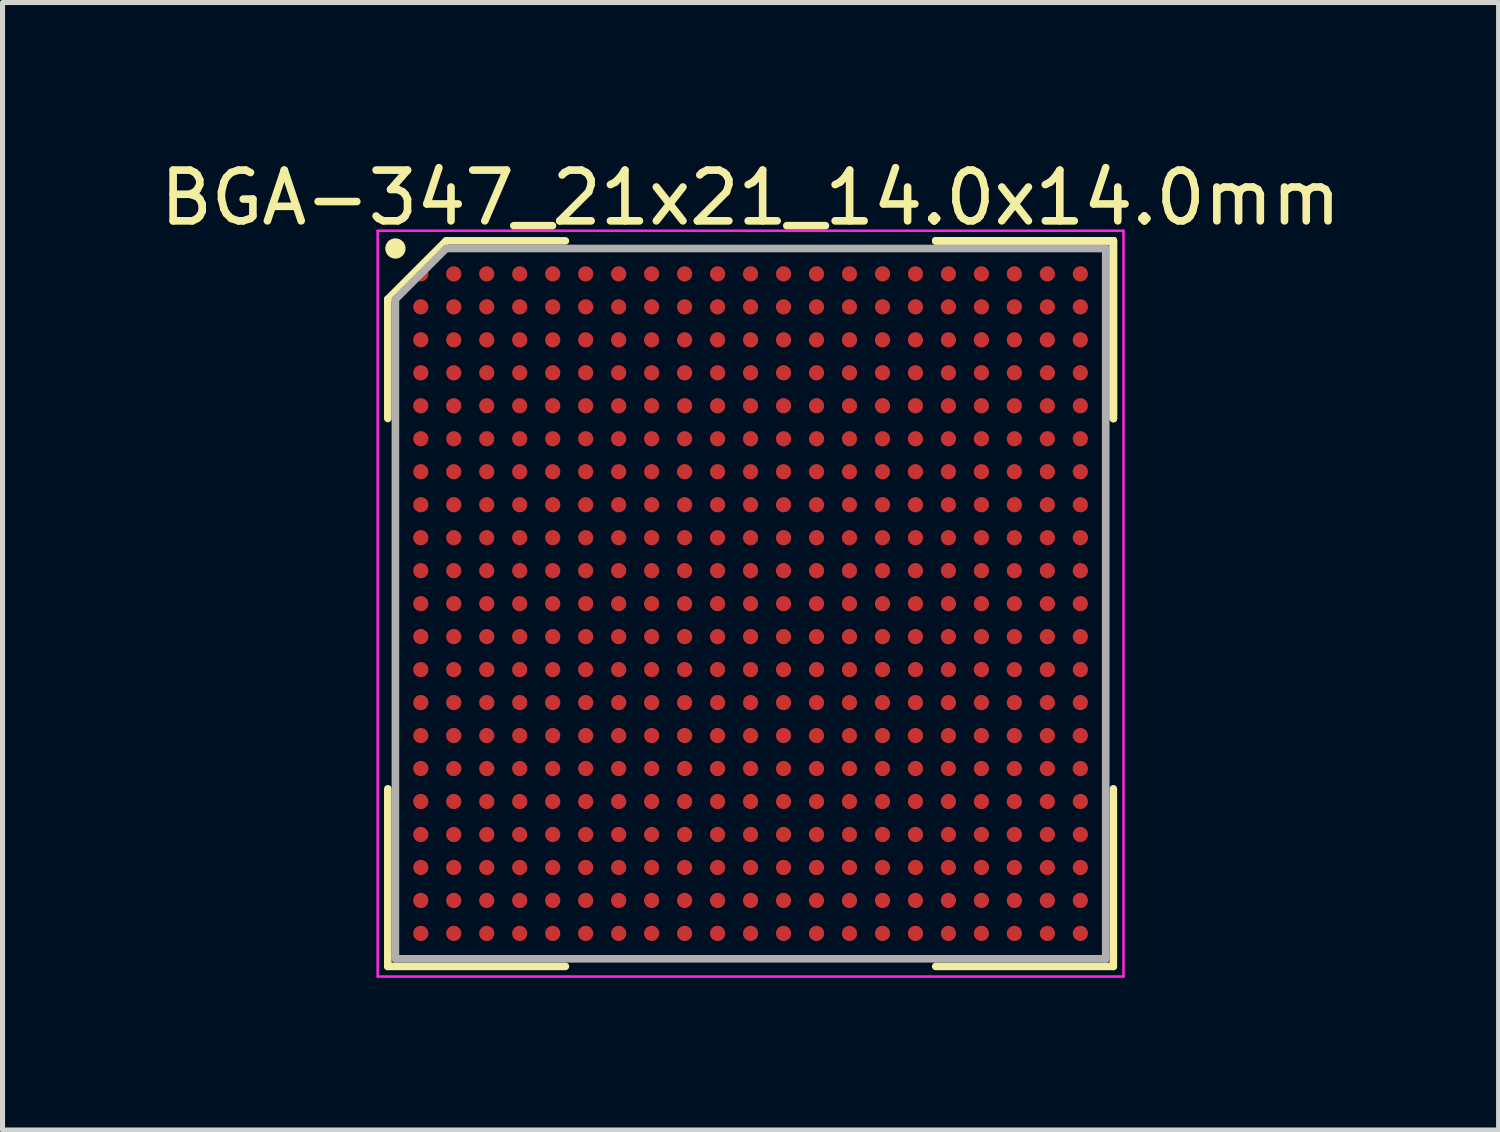
<source format=kicad_pcb>
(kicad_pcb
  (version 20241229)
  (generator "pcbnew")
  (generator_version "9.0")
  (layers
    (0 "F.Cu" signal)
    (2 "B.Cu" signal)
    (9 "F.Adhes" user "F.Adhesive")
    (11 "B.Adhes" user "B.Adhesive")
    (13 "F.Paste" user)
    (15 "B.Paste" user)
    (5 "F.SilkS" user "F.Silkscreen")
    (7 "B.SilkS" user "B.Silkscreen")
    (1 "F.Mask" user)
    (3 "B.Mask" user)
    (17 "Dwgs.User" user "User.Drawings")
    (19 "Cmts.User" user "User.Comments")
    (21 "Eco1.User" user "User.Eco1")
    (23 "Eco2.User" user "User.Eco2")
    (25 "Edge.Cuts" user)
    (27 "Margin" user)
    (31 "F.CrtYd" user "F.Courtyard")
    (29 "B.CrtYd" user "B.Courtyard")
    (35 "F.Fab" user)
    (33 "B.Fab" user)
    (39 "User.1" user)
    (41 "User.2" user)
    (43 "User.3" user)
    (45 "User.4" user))
  (footprint "BGA-347_21x21_14.0x14.0mm"
    (layer "F.Cu")
    (at 11.744 8.848)
    (property "Reference" "BGA-347_21x21_14.0x14.0mm" (at 0 -8 0) (layer "F.SilkS") (effects (font (size 1 1) (thickness 0.15))))
    (attr smd)
    (fp_line (start -7.15 -6) (end -7.15 -3.65) (stroke (width 0.15) (type solid)) (layer "F.SilkS"))
    (fp_line (start -7.15 7.15) (end -7.15 3.65) (stroke (width 0.15) (type solid)) (layer "F.SilkS"))
    (fp_line (start -6 -7.15) (end -7.15 -6) (stroke (width 0.15) (type solid)) (layer "F.SilkS"))
    (fp_line (start -3.65 -7.15) (end -6 -7.15) (stroke (width 0.15) (type solid)) (layer "F.SilkS"))
    (fp_line (start -3.65 7.15) (end -7.15 7.15) (stroke (width 0.15) (type solid)) (layer "F.SilkS"))
    (fp_line (start 3.65 -7.15) (end 7.15 -7.15) (stroke (width 0.15) (type solid)) (layer "F.SilkS"))
    (fp_line (start 3.65 -7.15) (end 7.15 -7.15) (stroke (width 0.15) (type solid)) (layer "F.SilkS"))
    (fp_line (start 3.65 -7.15) (end 7.15 -7.15) (stroke (width 0.15) (type solid)) (layer "F.SilkS"))
    (fp_line (start 3.65 7.15) (end 7.15 7.15) (stroke (width 0.15) (type solid)) (layer "F.SilkS"))
    (fp_line (start 7.15 -7.15) (end 7.15 -3.65) (stroke (width 0.15) (type solid)) (layer "F.SilkS"))
    (fp_line (start 7.15 -7.15) (end 7.15 -3.65) (stroke (width 0.15) (type solid)) (layer "F.SilkS"))
    (fp_line (start 7.15 -7.15) (end 7.15 -3.65) (stroke (width 0.15) (type solid)) (layer "F.SilkS"))
    (fp_line (start 7.15 7.15) (end 7.15 3.65) (stroke (width 0.15) (type solid)) (layer "F.SilkS"))
    (fp_circle (center -7 -7) (end -7 -6.9) (stroke (width 0.2) (type solid)) (fill no) (layer "F.SilkS"))
    (fp_line (start -7.35 -7.35) (end 7.35 -7.35) (stroke (width 0.05) (type solid)) (layer "F.CrtYd"))
    (fp_line (start -7.35 7.35) (end -7.35 -7.35) (stroke (width 0.05) (type solid)) (layer "F.CrtYd"))
    (fp_line (start 7.35 -7.35) (end 7.35 7.35) (stroke (width 0.05) (type solid)) (layer "F.CrtYd"))
    (fp_line (start 7.35 7.35) (end -7.35 7.35) (stroke (width 0.05) (type solid)) (layer "F.CrtYd"))
    (fp_line (start -7 -6) (end -7 7) (stroke (width 0.15) (type solid)) (layer "F.Fab"))
    (fp_line (start -7 7) (end 7 7) (stroke (width 0.15) (type solid)) (layer "F.Fab"))
    (fp_line (start -6 -7) (end -7 -6) (stroke (width 0.15) (type solid)) (layer "F.Fab"))
    (fp_line (start 7 -7) (end -6 -7) (stroke (width 0.15) (type solid)) (layer "F.Fab"))
    (fp_line (start 7 7) (end 7 -7) (stroke (width 0.15) (type solid)) (layer "F.Fab"))
    (pad "A1" smd circle (at -6.5 -6.5) (size 0.3 0.3) (layers "F.Cu" "F.Mask" "F.Paste"))
    (pad "A2" smd circle (at -5.85 -6.5) (size 0.3 0.3) (layers "F.Cu" "F.Mask" "F.Paste"))
    (pad "A3" smd circle (at -5.2 -6.5) (size 0.3 0.3) (layers "F.Cu" "F.Mask" "F.Paste"))
    (pad "A4" smd circle (at -4.55 -6.5) (size 0.3 0.3) (layers "F.Cu" "F.Mask" "F.Paste"))
    (pad "A5" smd circle (at -3.9 -6.5) (size 0.3 0.3) (layers "F.Cu" "F.Mask" "F.Paste"))
    (pad "A6" smd circle (at -3.25 -6.5) (size 0.3 0.3) (layers "F.Cu" "F.Mask" "F.Paste"))
    (pad "A7" smd circle (at -2.6 -6.5) (size 0.3 0.3) (layers "F.Cu" "F.Mask" "F.Paste"))
    (pad "A8" smd circle (at -1.95 -6.5) (size 0.3 0.3) (layers "F.Cu" "F.Mask" "F.Paste"))
    (pad "A9" smd circle (at -1.3 -6.5) (size 0.3 0.3) (layers "F.Cu" "F.Mask" "F.Paste"))
    (pad "A10" smd circle (at -0.65 -6.5) (size 0.3 0.3) (layers "F.Cu" "F.Mask" "F.Paste"))
    (pad "A11" smd circle (at 0 -6.5) (size 0.3 0.3) (layers "F.Cu" "F.Mask" "F.Paste"))
    (pad "A12" smd circle (at 0.65 -6.5) (size 0.3 0.3) (layers "F.Cu" "F.Mask" "F.Paste"))
    (pad "A13" smd circle (at 1.3 -6.5) (size 0.3 0.3) (layers "F.Cu" "F.Mask" "F.Paste"))
    (pad "A14" smd circle (at 1.95 -6.5) (size 0.3 0.3) (layers "F.Cu" "F.Mask" "F.Paste"))
    (pad "A15" smd circle (at 2.6 -6.5) (size 0.3 0.3) (layers "F.Cu" "F.Mask" "F.Paste"))
    (pad "A16" smd circle (at 3.25 -6.5) (size 0.3 0.3) (layers "F.Cu" "F.Mask" "F.Paste"))
    (pad "A17" smd circle (at 3.9 -6.5) (size 0.3 0.3) (layers "F.Cu" "F.Mask" "F.Paste"))
    (pad "A18" smd circle (at 4.55 -6.5) (size 0.3 0.3) (layers "F.Cu" "F.Mask" "F.Paste"))
    (pad "A19" smd circle (at 5.2 -6.5) (size 0.3 0.3) (layers "F.Cu" "F.Mask" "F.Paste"))
    (pad "A20" smd circle (at 5.85 -6.5) (size 0.3 0.3) (layers "F.Cu" "F.Mask" "F.Paste"))
    (pad "A21" smd circle (at 6.5 -6.5) (size 0.3 0.3) (layers "F.Cu" "F.Mask" "F.Paste"))
    (pad "AA1" smd circle (at -6.5 6.5) (size 0.3 0.3) (layers "F.Cu" "F.Mask" "F.Paste"))
    (pad "AA2" smd circle (at -5.85 6.5) (size 0.3 0.3) (layers "F.Cu" "F.Mask" "F.Paste"))
    (pad "AA3" smd circle (at -5.2 6.5) (size 0.3 0.3) (layers "F.Cu" "F.Mask" "F.Paste"))
    (pad "AA4" smd circle (at -4.55 6.5) (size 0.3 0.3) (layers "F.Cu" "F.Mask" "F.Paste"))
    (pad "AA5" smd circle (at -3.9 6.5) (size 0.3 0.3) (layers "F.Cu" "F.Mask" "F.Paste"))
    (pad "AA6" smd circle (at -3.25 6.5) (size 0.3 0.3) (layers "F.Cu" "F.Mask" "F.Paste"))
    (pad "AA7" smd circle (at -2.6 6.5) (size 0.3 0.3) (layers "F.Cu" "F.Mask" "F.Paste"))
    (pad "AA8" smd circle (at -1.95 6.5) (size 0.3 0.3) (layers "F.Cu" "F.Mask" "F.Paste"))
    (pad "AA9" smd circle (at -1.3 6.5) (size 0.3 0.3) (layers "F.Cu" "F.Mask" "F.Paste"))
    (pad "AA10" smd circle (at -0.65 6.5) (size 0.3 0.3) (layers "F.Cu" "F.Mask" "F.Paste"))
    (pad "AA11" smd circle (at 0 6.5) (size 0.3 0.3) (layers "F.Cu" "F.Mask" "F.Paste"))
    (pad "AA12" smd circle (at 0.65 6.5) (size 0.3 0.3) (layers "F.Cu" "F.Mask" "F.Paste"))
    (pad "AA13" smd circle (at 1.3 6.5) (size 0.3 0.3) (layers "F.Cu" "F.Mask" "F.Paste"))
    (pad "AA14" smd circle (at 1.95 6.5) (size 0.3 0.3) (layers "F.Cu" "F.Mask" "F.Paste"))
    (pad "AA15" smd circle (at 2.6 6.5) (size 0.3 0.3) (layers "F.Cu" "F.Mask" "F.Paste"))
    (pad "AA16" smd circle (at 3.25 6.5) (size 0.3 0.3) (layers "F.Cu" "F.Mask" "F.Paste"))
    (pad "AA17" smd circle (at 3.9 6.5) (size 0.3 0.3) (layers "F.Cu" "F.Mask" "F.Paste"))
    (pad "AA18" smd circle (at 4.55 6.5) (size 0.3 0.3) (layers "F.Cu" "F.Mask" "F.Paste"))
    (pad "AA19" smd circle (at 5.2 6.5) (size 0.3 0.3) (layers "F.Cu" "F.Mask" "F.Paste"))
    (pad "AA20" smd circle (at 5.85 6.5) (size 0.3 0.3) (layers "F.Cu" "F.Mask" "F.Paste"))
    (pad "AA21" smd circle (at 6.5 6.5) (size 0.3 0.3) (layers "F.Cu" "F.Mask" "F.Paste"))
    (pad "B1" smd circle (at -6.5 -5.85) (size 0.3 0.3) (layers "F.Cu" "F.Mask" "F.Paste"))
    (pad "B2" smd circle (at -5.85 -5.85) (size 0.3 0.3) (layers "F.Cu" "F.Mask" "F.Paste"))
    (pad "B3" smd circle (at -5.2 -5.85) (size 0.3 0.3) (layers "F.Cu" "F.Mask" "F.Paste"))
    (pad "B4" smd circle (at -4.55 -5.85) (size 0.3 0.3) (layers "F.Cu" "F.Mask" "F.Paste"))
    (pad "B5" smd circle (at -3.9 -5.85) (size 0.3 0.3) (layers "F.Cu" "F.Mask" "F.Paste"))
    (pad "B6" smd circle (at -3.25 -5.85) (size 0.3 0.3) (layers "F.Cu" "F.Mask" "F.Paste"))
    (pad "B7" smd circle (at -2.6 -5.85) (size 0.3 0.3) (layers "F.Cu" "F.Mask" "F.Paste"))
    (pad "B8" smd circle (at -1.95 -5.85) (size 0.3 0.3) (layers "F.Cu" "F.Mask" "F.Paste"))
    (pad "B9" smd circle (at -1.3 -5.85) (size 0.3 0.3) (layers "F.Cu" "F.Mask" "F.Paste"))
    (pad "B10" smd circle (at -0.65 -5.85) (size 0.3 0.3) (layers "F.Cu" "F.Mask" "F.Paste"))
    (pad "B11" smd circle (at 0 -5.85) (size 0.3 0.3) (layers "F.Cu" "F.Mask" "F.Paste"))
    (pad "B12" smd circle (at 0.65 -5.85) (size 0.3 0.3) (layers "F.Cu" "F.Mask" "F.Paste"))
    (pad "B13" smd circle (at 1.3 -5.85) (size 0.3 0.3) (layers "F.Cu" "F.Mask" "F.Paste"))
    (pad "B14" smd circle (at 1.95 -5.85) (size 0.3 0.3) (layers "F.Cu" "F.Mask" "F.Paste"))
    (pad "B15" smd circle (at 2.6 -5.85) (size 0.3 0.3) (layers "F.Cu" "F.Mask" "F.Paste"))
    (pad "B16" smd circle (at 3.25 -5.85) (size 0.3 0.3) (layers "F.Cu" "F.Mask" "F.Paste"))
    (pad "B17" smd circle (at 3.9 -5.85) (size 0.3 0.3) (layers "F.Cu" "F.Mask" "F.Paste"))
    (pad "B18" smd circle (at 4.55 -5.85) (size 0.3 0.3) (layers "F.Cu" "F.Mask" "F.Paste"))
    (pad "B19" smd circle (at 5.2 -5.85) (size 0.3 0.3) (layers "F.Cu" "F.Mask" "F.Paste"))
    (pad "B20" smd circle (at 5.85 -5.85) (size 0.3 0.3) (layers "F.Cu" "F.Mask" "F.Paste"))
    (pad "B21" smd circle (at 6.5 -5.85) (size 0.3 0.3) (layers "F.Cu" "F.Mask" "F.Paste"))
    (pad "C1" smd circle (at -6.5 -5.2) (size 0.3 0.3) (layers "F.Cu" "F.Mask" "F.Paste"))
    (pad "C2" smd circle (at -5.85 -5.2) (size 0.3 0.3) (layers "F.Cu" "F.Mask" "F.Paste"))
    (pad "C3" smd circle (at -5.2 -5.2) (size 0.3 0.3) (layers "F.Cu" "F.Mask" "F.Paste"))
    (pad "C4" smd circle (at -4.55 -5.2) (size 0.3 0.3) (layers "F.Cu" "F.Mask" "F.Paste"))
    (pad "C5" smd circle (at -3.9 -5.2) (size 0.3 0.3) (layers "F.Cu" "F.Mask" "F.Paste"))
    (pad "C6" smd circle (at -3.25 -5.2) (size 0.3 0.3) (layers "F.Cu" "F.Mask" "F.Paste"))
    (pad "C7" smd circle (at -2.6 -5.2) (size 0.3 0.3) (layers "F.Cu" "F.Mask" "F.Paste"))
    (pad "C8" smd circle (at -1.95 -5.2) (size 0.3 0.3) (layers "F.Cu" "F.Mask" "F.Paste"))
    (pad "C9" smd circle (at -1.3 -5.2) (size 0.3 0.3) (layers "F.Cu" "F.Mask" "F.Paste"))
    (pad "C10" smd circle (at -0.65 -5.2) (size 0.3 0.3) (layers "F.Cu" "F.Mask" "F.Paste"))
    (pad "C11" smd circle (at 0 -5.2) (size 0.3 0.3) (layers "F.Cu" "F.Mask" "F.Paste"))
    (pad "C12" smd circle (at 0.65 -5.2) (size 0.3 0.3) (layers "F.Cu" "F.Mask" "F.Paste"))
    (pad "C13" smd circle (at 1.3 -5.2) (size 0.3 0.3) (layers "F.Cu" "F.Mask" "F.Paste"))
    (pad "C14" smd circle (at 1.95 -5.2) (size 0.3 0.3) (layers "F.Cu" "F.Mask" "F.Paste"))
    (pad "C15" smd circle (at 2.6 -5.2) (size 0.3 0.3) (layers "F.Cu" "F.Mask" "F.Paste"))
    (pad "C16" smd circle (at 3.25 -5.2) (size 0.3 0.3) (layers "F.Cu" "F.Mask" "F.Paste"))
    (pad "C17" smd circle (at 3.9 -5.2) (size 0.3 0.3) (layers "F.Cu" "F.Mask" "F.Paste"))
    (pad "C18" smd circle (at 4.55 -5.2) (size 0.3 0.3) (layers "F.Cu" "F.Mask" "F.Paste"))
    (pad "C19" smd circle (at 5.2 -5.2) (size 0.3 0.3) (layers "F.Cu" "F.Mask" "F.Paste"))
    (pad "C20" smd circle (at 5.85 -5.2) (size 0.3 0.3) (layers "F.Cu" "F.Mask" "F.Paste"))
    (pad "C21" smd circle (at 6.5 -5.2) (size 0.3 0.3) (layers "F.Cu" "F.Mask" "F.Paste"))
    (pad "D1" smd circle (at -6.5 -4.55) (size 0.3 0.3) (layers "F.Cu" "F.Mask" "F.Paste"))
    (pad "D2" smd circle (at -5.85 -4.55) (size 0.3 0.3) (layers "F.Cu" "F.Mask" "F.Paste"))
    (pad "D3" smd circle (at -5.2 -4.55) (size 0.3 0.3) (layers "F.Cu" "F.Mask" "F.Paste"))
    (pad "D4" smd circle (at -4.55 -4.55) (size 0.3 0.3) (layers "F.Cu" "F.Mask" "F.Paste"))
    (pad "D5" smd circle (at -3.9 -4.55) (size 0.3 0.3) (layers "F.Cu" "F.Mask" "F.Paste"))
    (pad "D6" smd circle (at -3.25 -4.55) (size 0.3 0.3) (layers "F.Cu" "F.Mask" "F.Paste"))
    (pad "D7" smd circle (at -2.6 -4.55) (size 0.3 0.3) (layers "F.Cu" "F.Mask" "F.Paste"))
    (pad "D8" smd circle (at -1.95 -4.55) (size 0.3 0.3) (layers "F.Cu" "F.Mask" "F.Paste"))
    (pad "D9" smd circle (at -1.3 -4.55) (size 0.3 0.3) (layers "F.Cu" "F.Mask" "F.Paste"))
    (pad "D10" smd circle (at -0.65 -4.55) (size 0.3 0.3) (layers "F.Cu" "F.Mask" "F.Paste"))
    (pad "D11" smd circle (at 0 -4.55) (size 0.3 0.3) (layers "F.Cu" "F.Mask" "F.Paste"))
    (pad "D12" smd circle (at 0.65 -4.55) (size 0.3 0.3) (layers "F.Cu" "F.Mask" "F.Paste"))
    (pad "D13" smd circle (at 1.3 -4.55) (size 0.3 0.3) (layers "F.Cu" "F.Mask" "F.Paste"))
    (pad "D14" smd circle (at 1.95 -4.55) (size 0.3 0.3) (layers "F.Cu" "F.Mask" "F.Paste"))
    (pad "D15" smd circle (at 2.6 -4.55) (size 0.3 0.3) (layers "F.Cu" "F.Mask" "F.Paste"))
    (pad "D16" smd circle (at 3.25 -4.55) (size 0.3 0.3) (layers "F.Cu" "F.Mask" "F.Paste"))
    (pad "D17" smd circle (at 3.9 -4.55) (size 0.3 0.3) (layers "F.Cu" "F.Mask" "F.Paste"))
    (pad "D18" smd circle (at 4.55 -4.55) (size 0.3 0.3) (layers "F.Cu" "F.Mask" "F.Paste"))
    (pad "D19" smd circle (at 5.2 -4.55) (size 0.3 0.3) (layers "F.Cu" "F.Mask" "F.Paste"))
    (pad "D20" smd circle (at 5.85 -4.55) (size 0.3 0.3) (layers "F.Cu" "F.Mask" "F.Paste"))
    (pad "D21" smd circle (at 6.5 -4.55) (size 0.3 0.3) (layers "F.Cu" "F.Mask" "F.Paste"))
    (pad "E1" smd circle (at -6.5 -3.9) (size 0.3 0.3) (layers "F.Cu" "F.Mask" "F.Paste"))
    (pad "E2" smd circle (at -5.85 -3.9) (size 0.3 0.3) (layers "F.Cu" "F.Mask" "F.Paste"))
    (pad "E3" smd circle (at -5.2 -3.9) (size 0.3 0.3) (layers "F.Cu" "F.Mask" "F.Paste"))
    (pad "E4" smd circle (at -4.55 -3.9) (size 0.3 0.3) (layers "F.Cu" "F.Mask" "F.Paste"))
    (pad "E5" smd circle (at -3.9 -3.9) (size 0.3 0.3) (layers "F.Cu" "F.Mask" "F.Paste"))
    (pad "E6" smd circle (at -3.25 -3.9) (size 0.3 0.3) (layers "F.Cu" "F.Mask" "F.Paste"))
    (pad "E7" smd circle (at -2.6 -3.9) (size 0.3 0.3) (layers "F.Cu" "F.Mask" "F.Paste"))
    (pad "E8" smd circle (at -1.95 -3.9) (size 0.3 0.3) (layers "F.Cu" "F.Mask" "F.Paste"))
    (pad "E9" smd circle (at -1.3 -3.9) (size 0.3 0.3) (layers "F.Cu" "F.Mask" "F.Paste"))
    (pad "E10" smd circle (at -0.65 -3.9) (size 0.3 0.3) (layers "F.Cu" "F.Mask" "F.Paste"))
    (pad "E11" smd circle (at 0 -3.9) (size 0.3 0.3) (layers "F.Cu" "F.Mask" "F.Paste"))
    (pad "E12" smd circle (at 0.65 -3.9) (size 0.3 0.3) (layers "F.Cu" "F.Mask" "F.Paste"))
    (pad "E13" smd circle (at 1.3 -3.9) (size 0.3 0.3) (layers "F.Cu" "F.Mask" "F.Paste"))
    (pad "E14" smd circle (at 1.95 -3.9) (size 0.3 0.3) (layers "F.Cu" "F.Mask" "F.Paste"))
    (pad "E15" smd circle (at 2.6 -3.9) (size 0.3 0.3) (layers "F.Cu" "F.Mask" "F.Paste"))
    (pad "E16" smd circle (at 3.25 -3.9) (size 0.3 0.3) (layers "F.Cu" "F.Mask" "F.Paste"))
    (pad "E17" smd circle (at 3.9 -3.9) (size 0.3 0.3) (layers "F.Cu" "F.Mask" "F.Paste"))
    (pad "E18" smd circle (at 4.55 -3.9) (size 0.3 0.3) (layers "F.Cu" "F.Mask" "F.Paste"))
    (pad "E19" smd circle (at 5.2 -3.9) (size 0.3 0.3) (layers "F.Cu" "F.Mask" "F.Paste"))
    (pad "E20" smd circle (at 5.85 -3.9) (size 0.3 0.3) (layers "F.Cu" "F.Mask" "F.Paste"))
    (pad "E21" smd circle (at 6.5 -3.9) (size 0.3 0.3) (layers "F.Cu" "F.Mask" "F.Paste"))
    (pad "F1" smd circle (at -6.5 -3.25) (size 0.3 0.3) (layers "F.Cu" "F.Mask" "F.Paste"))
    (pad "F2" smd circle (at -5.85 -3.25) (size 0.3 0.3) (layers "F.Cu" "F.Mask" "F.Paste"))
    (pad "F3" smd circle (at -5.2 -3.25) (size 0.3 0.3) (layers "F.Cu" "F.Mask" "F.Paste"))
    (pad "F4" smd circle (at -4.55 -3.25) (size 0.3 0.3) (layers "F.Cu" "F.Mask" "F.Paste"))
    (pad "F5" smd circle (at -3.9 -3.25) (size 0.3 0.3) (layers "F.Cu" "F.Mask" "F.Paste"))
    (pad "F6" smd circle (at -3.25 -3.25) (size 0.3 0.3) (layers "F.Cu" "F.Mask" "F.Paste"))
    (pad "F7" smd circle (at -2.6 -3.25) (size 0.3 0.3) (layers "F.Cu" "F.Mask" "F.Paste"))
    (pad "F8" smd circle (at -1.95 -3.25) (size 0.3 0.3) (layers "F.Cu" "F.Mask" "F.Paste"))
    (pad "F9" smd circle (at -1.3 -3.25) (size 0.3 0.3) (layers "F.Cu" "F.Mask" "F.Paste"))
    (pad "F10" smd circle (at -0.65 -3.25) (size 0.3 0.3) (layers "F.Cu" "F.Mask" "F.Paste"))
    (pad "F11" smd circle (at 0 -3.25) (size 0.3 0.3) (layers "F.Cu" "F.Mask" "F.Paste"))
    (pad "F12" smd circle (at 0.65 -3.25) (size 0.3 0.3) (layers "F.Cu" "F.Mask" "F.Paste"))
    (pad "F13" smd circle (at 1.3 -3.25) (size 0.3 0.3) (layers "F.Cu" "F.Mask" "F.Paste"))
    (pad "F14" smd circle (at 1.95 -3.25) (size 0.3 0.3) (layers "F.Cu" "F.Mask" "F.Paste"))
    (pad "F15" smd circle (at 2.6 -3.25) (size 0.3 0.3) (layers "F.Cu" "F.Mask" "F.Paste"))
    (pad "F16" smd circle (at 3.25 -3.25) (size 0.3 0.3) (layers "F.Cu" "F.Mask" "F.Paste"))
    (pad "F17" smd circle (at 3.9 -3.25) (size 0.3 0.3) (layers "F.Cu" "F.Mask" "F.Paste"))
    (pad "F18" smd circle (at 4.55 -3.25) (size 0.3 0.3) (layers "F.Cu" "F.Mask" "F.Paste"))
    (pad "F19" smd circle (at 5.2 -3.25) (size 0.3 0.3) (layers "F.Cu" "F.Mask" "F.Paste"))
    (pad "F20" smd circle (at 5.85 -3.25) (size 0.3 0.3) (layers "F.Cu" "F.Mask" "F.Paste"))
    (pad "F21" smd circle (at 6.5 -3.25) (size 0.3 0.3) (layers "F.Cu" "F.Mask" "F.Paste"))
    (pad "G1" smd circle (at -6.5 -2.6) (size 0.3 0.3) (layers "F.Cu" "F.Mask" "F.Paste"))
    (pad "G2" smd circle (at -5.85 -2.6) (size 0.3 0.3) (layers "F.Cu" "F.Mask" "F.Paste"))
    (pad "G3" smd circle (at -5.2 -2.6) (size 0.3 0.3) (layers "F.Cu" "F.Mask" "F.Paste"))
    (pad "G4" smd circle (at -4.55 -2.6) (size 0.3 0.3) (layers "F.Cu" "F.Mask" "F.Paste"))
    (pad "G5" smd circle (at -3.9 -2.6) (size 0.3 0.3) (layers "F.Cu" "F.Mask" "F.Paste"))
    (pad "G6" smd circle (at -3.25 -2.6) (size 0.3 0.3) (layers "F.Cu" "F.Mask" "F.Paste"))
    (pad "G7" smd circle (at -2.6 -2.6) (size 0.3 0.3) (layers "F.Cu" "F.Mask" "F.Paste"))
    (pad "G8" smd circle (at -1.95 -2.6) (size 0.3 0.3) (layers "F.Cu" "F.Mask" "F.Paste"))
    (pad "G9" smd circle (at -1.3 -2.6) (size 0.3 0.3) (layers "F.Cu" "F.Mask" "F.Paste"))
    (pad "G10" smd circle (at -0.65 -2.6) (size 0.3 0.3) (layers "F.Cu" "F.Mask" "F.Paste"))
    (pad "G11" smd circle (at 0 -2.6) (size 0.3 0.3) (layers "F.Cu" "F.Mask" "F.Paste"))
    (pad "G12" smd circle (at 0.65 -2.6) (size 0.3 0.3) (layers "F.Cu" "F.Mask" "F.Paste"))
    (pad "G13" smd circle (at 1.3 -2.6) (size 0.3 0.3) (layers "F.Cu" "F.Mask" "F.Paste"))
    (pad "G14" smd circle (at 1.95 -2.6) (size 0.3 0.3) (layers "F.Cu" "F.Mask" "F.Paste"))
    (pad "G15" smd circle (at 2.6 -2.6) (size 0.3 0.3) (layers "F.Cu" "F.Mask" "F.Paste"))
    (pad "G16" smd circle (at 3.25 -2.6) (size 0.3 0.3) (layers "F.Cu" "F.Mask" "F.Paste"))
    (pad "G17" smd circle (at 3.9 -2.6) (size 0.3 0.3) (layers "F.Cu" "F.Mask" "F.Paste"))
    (pad "G18" smd circle (at 4.55 -2.6) (size 0.3 0.3) (layers "F.Cu" "F.Mask" "F.Paste"))
    (pad "G19" smd circle (at 5.2 -2.6) (size 0.3 0.3) (layers "F.Cu" "F.Mask" "F.Paste"))
    (pad "G20" smd circle (at 5.85 -2.6) (size 0.3 0.3) (layers "F.Cu" "F.Mask" "F.Paste"))
    (pad "G21" smd circle (at 6.5 -2.6) (size 0.3 0.3) (layers "F.Cu" "F.Mask" "F.Paste"))
    (pad "H1" smd circle (at -6.5 -1.95) (size 0.3 0.3) (layers "F.Cu" "F.Mask" "F.Paste"))
    (pad "H2" smd circle (at -5.85 -1.95) (size 0.3 0.3) (layers "F.Cu" "F.Mask" "F.Paste"))
    (pad "H3" smd circle (at -5.2 -1.95) (size 0.3 0.3) (layers "F.Cu" "F.Mask" "F.Paste"))
    (pad "H4" smd circle (at -4.55 -1.95) (size 0.3 0.3) (layers "F.Cu" "F.Mask" "F.Paste"))
    (pad "H5" smd circle (at -3.9 -1.95) (size 0.3 0.3) (layers "F.Cu" "F.Mask" "F.Paste"))
    (pad "H6" smd circle (at -3.25 -1.95) (size 0.3 0.3) (layers "F.Cu" "F.Mask" "F.Paste"))
    (pad "H7" smd circle (at -2.6 -1.95) (size 0.3 0.3) (layers "F.Cu" "F.Mask" "F.Paste"))
    (pad "H8" smd circle (at -1.95 -1.95) (size 0.3 0.3) (layers "F.Cu" "F.Mask" "F.Paste"))
    (pad "H9" smd circle (at -1.3 -1.95) (size 0.3 0.3) (layers "F.Cu" "F.Mask" "F.Paste"))
    (pad "H10" smd circle (at -0.65 -1.95) (size 0.3 0.3) (layers "F.Cu" "F.Mask" "F.Paste"))
    (pad "H11" smd circle (at 0 -1.95) (size 0.3 0.3) (layers "F.Cu" "F.Mask" "F.Paste"))
    (pad "H12" smd circle (at 0.65 -1.95) (size 0.3 0.3) (layers "F.Cu" "F.Mask" "F.Paste"))
    (pad "H13" smd circle (at 1.3 -1.95) (size 0.3 0.3) (layers "F.Cu" "F.Mask" "F.Paste"))
    (pad "H14" smd circle (at 1.95 -1.95) (size 0.3 0.3) (layers "F.Cu" "F.Mask" "F.Paste"))
    (pad "H15" smd circle (at 2.6 -1.95) (size 0.3 0.3) (layers "F.Cu" "F.Mask" "F.Paste"))
    (pad "H16" smd circle (at 3.25 -1.95) (size 0.3 0.3) (layers "F.Cu" "F.Mask" "F.Paste"))
    (pad "H17" smd circle (at 3.9 -1.95) (size 0.3 0.3) (layers "F.Cu" "F.Mask" "F.Paste"))
    (pad "H18" smd circle (at 4.55 -1.95) (size 0.3 0.3) (layers "F.Cu" "F.Mask" "F.Paste"))
    (pad "H19" smd circle (at 5.2 -1.95) (size 0.3 0.3) (layers "F.Cu" "F.Mask" "F.Paste"))
    (pad "H20" smd circle (at 5.85 -1.95) (size 0.3 0.3) (layers "F.Cu" "F.Mask" "F.Paste"))
    (pad "H21" smd circle (at 6.5 -1.95) (size 0.3 0.3) (layers "F.Cu" "F.Mask" "F.Paste"))
    (pad "J1" smd circle (at -6.5 -1.3) (size 0.3 0.3) (layers "F.Cu" "F.Mask" "F.Paste"))
    (pad "J2" smd circle (at -5.85 -1.3) (size 0.3 0.3) (layers "F.Cu" "F.Mask" "F.Paste"))
    (pad "J3" smd circle (at -5.2 -1.3) (size 0.3 0.3) (layers "F.Cu" "F.Mask" "F.Paste"))
    (pad "J4" smd circle (at -4.55 -1.3) (size 0.3 0.3) (layers "F.Cu" "F.Mask" "F.Paste"))
    (pad "J5" smd circle (at -3.9 -1.3) (size 0.3 0.3) (layers "F.Cu" "F.Mask" "F.Paste"))
    (pad "J6" smd circle (at -3.25 -1.3) (size 0.3 0.3) (layers "F.Cu" "F.Mask" "F.Paste"))
    (pad "J7" smd circle (at -2.6 -1.3) (size 0.3 0.3) (layers "F.Cu" "F.Mask" "F.Paste"))
    (pad "J8" smd circle (at -1.95 -1.3) (size 0.3 0.3) (layers "F.Cu" "F.Mask" "F.Paste"))
    (pad "J9" smd circle (at -1.3 -1.3) (size 0.3 0.3) (layers "F.Cu" "F.Mask" "F.Paste"))
    (pad "J10" smd circle (at -0.65 -1.3) (size 0.3 0.3) (layers "F.Cu" "F.Mask" "F.Paste"))
    (pad "J11" smd circle (at 0 -1.3) (size 0.3 0.3) (layers "F.Cu" "F.Mask" "F.Paste"))
    (pad "J12" smd circle (at 0.65 -1.3) (size 0.3 0.3) (layers "F.Cu" "F.Mask" "F.Paste"))
    (pad "J13" smd circle (at 1.3 -1.3) (size 0.3 0.3) (layers "F.Cu" "F.Mask" "F.Paste"))
    (pad "J14" smd circle (at 1.95 -1.3) (size 0.3 0.3) (layers "F.Cu" "F.Mask" "F.Paste"))
    (pad "J15" smd circle (at 2.6 -1.3) (size 0.3 0.3) (layers "F.Cu" "F.Mask" "F.Paste"))
    (pad "J16" smd circle (at 3.25 -1.3) (size 0.3 0.3) (layers "F.Cu" "F.Mask" "F.Paste"))
    (pad "J17" smd circle (at 3.9 -1.3) (size 0.3 0.3) (layers "F.Cu" "F.Mask" "F.Paste"))
    (pad "J18" smd circle (at 4.55 -1.3) (size 0.3 0.3) (layers "F.Cu" "F.Mask" "F.Paste"))
    (pad "J19" smd circle (at 5.2 -1.3) (size 0.3 0.3) (layers "F.Cu" "F.Mask" "F.Paste"))
    (pad "J20" smd circle (at 5.85 -1.3) (size 0.3 0.3) (layers "F.Cu" "F.Mask" "F.Paste"))
    (pad "J21" smd circle (at 6.5 -1.3) (size 0.3 0.3) (layers "F.Cu" "F.Mask" "F.Paste"))
    (pad "K1" smd circle (at -6.5 -0.65) (size 0.3 0.3) (layers "F.Cu" "F.Mask" "F.Paste"))
    (pad "K2" smd circle (at -5.85 -0.65) (size 0.3 0.3) (layers "F.Cu" "F.Mask" "F.Paste"))
    (pad "K3" smd circle (at -5.2 -0.65) (size 0.3 0.3) (layers "F.Cu" "F.Mask" "F.Paste"))
    (pad "K4" smd circle (at -4.55 -0.65) (size 0.3 0.3) (layers "F.Cu" "F.Mask" "F.Paste"))
    (pad "K5" smd circle (at -3.9 -0.65) (size 0.3 0.3) (layers "F.Cu" "F.Mask" "F.Paste"))
    (pad "K6" smd circle (at -3.25 -0.65) (size 0.3 0.3) (layers "F.Cu" "F.Mask" "F.Paste"))
    (pad "K7" smd circle (at -2.6 -0.65) (size 0.3 0.3) (layers "F.Cu" "F.Mask" "F.Paste"))
    (pad "K8" smd circle (at -1.95 -0.65) (size 0.3 0.3) (layers "F.Cu" "F.Mask" "F.Paste"))
    (pad "K9" smd circle (at -1.3 -0.65) (size 0.3 0.3) (layers "F.Cu" "F.Mask" "F.Paste"))
    (pad "K10" smd circle (at -0.65 -0.65) (size 0.3 0.3) (layers "F.Cu" "F.Mask" "F.Paste"))
    (pad "K11" smd circle (at 0 -0.65) (size 0.3 0.3) (layers "F.Cu" "F.Mask" "F.Paste"))
    (pad "K12" smd circle (at 0.65 -0.65) (size 0.3 0.3) (layers "F.Cu" "F.Mask" "F.Paste"))
    (pad "K13" smd circle (at 1.3 -0.65) (size 0.3 0.3) (layers "F.Cu" "F.Mask" "F.Paste"))
    (pad "K14" smd circle (at 1.95 -0.65) (size 0.3 0.3) (layers "F.Cu" "F.Mask" "F.Paste"))
    (pad "K15" smd circle (at 2.6 -0.65) (size 0.3 0.3) (layers "F.Cu" "F.Mask" "F.Paste"))
    (pad "K16" smd circle (at 3.25 -0.65) (size 0.3 0.3) (layers "F.Cu" "F.Mask" "F.Paste"))
    (pad "K17" smd circle (at 3.9 -0.65) (size 0.3 0.3) (layers "F.Cu" "F.Mask" "F.Paste"))
    (pad "K18" smd circle (at 4.55 -0.65) (size 0.3 0.3) (layers "F.Cu" "F.Mask" "F.Paste"))
    (pad "K19" smd circle (at 5.2 -0.65) (size 0.3 0.3) (layers "F.Cu" "F.Mask" "F.Paste"))
    (pad "K20" smd circle (at 5.85 -0.65) (size 0.3 0.3) (layers "F.Cu" "F.Mask" "F.Paste"))
    (pad "K21" smd circle (at 6.5 -0.65) (size 0.3 0.3) (layers "F.Cu" "F.Mask" "F.Paste"))
    (pad "L1" smd circle (at -6.5 0) (size 0.3 0.3) (layers "F.Cu" "F.Mask" "F.Paste"))
    (pad "L2" smd circle (at -5.85 0) (size 0.3 0.3) (layers "F.Cu" "F.Mask" "F.Paste"))
    (pad "L3" smd circle (at -5.2 0) (size 0.3 0.3) (layers "F.Cu" "F.Mask" "F.Paste"))
    (pad "L4" smd circle (at -4.55 0) (size 0.3 0.3) (layers "F.Cu" "F.Mask" "F.Paste"))
    (pad "L5" smd circle (at -3.9 0) (size 0.3 0.3) (layers "F.Cu" "F.Mask" "F.Paste"))
    (pad "L6" smd circle (at -3.25 0) (size 0.3 0.3) (layers "F.Cu" "F.Mask" "F.Paste"))
    (pad "L7" smd circle (at -2.6 0) (size 0.3 0.3) (layers "F.Cu" "F.Mask" "F.Paste"))
    (pad "L8" smd circle (at -1.95 0) (size 0.3 0.3) (layers "F.Cu" "F.Mask" "F.Paste"))
    (pad "L9" smd circle (at -1.3 0) (size 0.3 0.3) (layers "F.Cu" "F.Mask" "F.Paste"))
    (pad "L10" smd circle (at -0.65 0) (size 0.3 0.3) (layers "F.Cu" "F.Mask" "F.Paste"))
    (pad "L11" smd circle (at 0 0) (size 0.3 0.3) (layers "F.Cu" "F.Mask" "F.Paste"))
    (pad "L12" smd circle (at 0.65 0) (size 0.3 0.3) (layers "F.Cu" "F.Mask" "F.Paste"))
    (pad "L13" smd circle (at 1.3 0) (size 0.3 0.3) (layers "F.Cu" "F.Mask" "F.Paste"))
    (pad "L14" smd circle (at 1.95 0) (size 0.3 0.3) (layers "F.Cu" "F.Mask" "F.Paste"))
    (pad "L15" smd circle (at 2.6 0) (size 0.3 0.3) (layers "F.Cu" "F.Mask" "F.Paste"))
    (pad "L16" smd circle (at 3.25 0) (size 0.3 0.3) (layers "F.Cu" "F.Mask" "F.Paste"))
    (pad "L17" smd circle (at 3.9 0) (size 0.3 0.3) (layers "F.Cu" "F.Mask" "F.Paste"))
    (pad "L18" smd circle (at 4.55 0) (size 0.3 0.3) (layers "F.Cu" "F.Mask" "F.Paste"))
    (pad "L19" smd circle (at 5.2 0) (size 0.3 0.3) (layers "F.Cu" "F.Mask" "F.Paste"))
    (pad "L20" smd circle (at 5.85 0) (size 0.3 0.3) (layers "F.Cu" "F.Mask" "F.Paste"))
    (pad "L21" smd circle (at 6.5 0) (size 0.3 0.3) (layers "F.Cu" "F.Mask" "F.Paste"))
    (pad "M1" smd circle (at -6.5 0.65) (size 0.3 0.3) (layers "F.Cu" "F.Mask" "F.Paste"))
    (pad "M2" smd circle (at -5.85 0.65) (size 0.3 0.3) (layers "F.Cu" "F.Mask" "F.Paste"))
    (pad "M3" smd circle (at -5.2 0.65) (size 0.3 0.3) (layers "F.Cu" "F.Mask" "F.Paste"))
    (pad "M4" smd circle (at -4.55 0.65) (size 0.3 0.3) (layers "F.Cu" "F.Mask" "F.Paste"))
    (pad "M5" smd circle (at -3.9 0.65) (size 0.3 0.3) (layers "F.Cu" "F.Mask" "F.Paste"))
    (pad "M6" smd circle (at -3.25 0.65) (size 0.3 0.3) (layers "F.Cu" "F.Mask" "F.Paste"))
    (pad "M7" smd circle (at -2.6 0.65) (size 0.3 0.3) (layers "F.Cu" "F.Mask" "F.Paste"))
    (pad "M8" smd circle (at -1.95 0.65) (size 0.3 0.3) (layers "F.Cu" "F.Mask" "F.Paste"))
    (pad "M9" smd circle (at -1.3 0.65) (size 0.3 0.3) (layers "F.Cu" "F.Mask" "F.Paste"))
    (pad "M10" smd circle (at -0.65 0.65) (size 0.3 0.3) (layers "F.Cu" "F.Mask" "F.Paste"))
    (pad "M11" smd circle (at 0 0.65) (size 0.3 0.3) (layers "F.Cu" "F.Mask" "F.Paste"))
    (pad "M12" smd circle (at 0.65 0.65) (size 0.3 0.3) (layers "F.Cu" "F.Mask" "F.Paste"))
    (pad "M13" smd circle (at 1.3 0.65) (size 0.3 0.3) (layers "F.Cu" "F.Mask" "F.Paste"))
    (pad "M14" smd circle (at 1.95 0.65) (size 0.3 0.3) (layers "F.Cu" "F.Mask" "F.Paste"))
    (pad "M15" smd circle (at 2.6 0.65) (size 0.3 0.3) (layers "F.Cu" "F.Mask" "F.Paste"))
    (pad "M16" smd circle (at 3.25 0.65) (size 0.3 0.3) (layers "F.Cu" "F.Mask" "F.Paste"))
    (pad "M17" smd circle (at 3.9 0.65) (size 0.3 0.3) (layers "F.Cu" "F.Mask" "F.Paste"))
    (pad "M18" smd circle (at 4.55 0.65) (size 0.3 0.3) (layers "F.Cu" "F.Mask" "F.Paste"))
    (pad "M19" smd circle (at 5.2 0.65) (size 0.3 0.3) (layers "F.Cu" "F.Mask" "F.Paste"))
    (pad "M20" smd circle (at 5.85 0.65) (size 0.3 0.3) (layers "F.Cu" "F.Mask" "F.Paste"))
    (pad "M21" smd circle (at 6.5 0.65) (size 0.3 0.3) (layers "F.Cu" "F.Mask" "F.Paste"))
    (pad "N1" smd circle (at -6.5 1.3) (size 0.3 0.3) (layers "F.Cu" "F.Mask" "F.Paste"))
    (pad "N2" smd circle (at -5.85 1.3) (size 0.3 0.3) (layers "F.Cu" "F.Mask" "F.Paste"))
    (pad "N3" smd circle (at -5.2 1.3) (size 0.3 0.3) (layers "F.Cu" "F.Mask" "F.Paste"))
    (pad "N4" smd circle (at -4.55 1.3) (size 0.3 0.3) (layers "F.Cu" "F.Mask" "F.Paste"))
    (pad "N5" smd circle (at -3.9 1.3) (size 0.3 0.3) (layers "F.Cu" "F.Mask" "F.Paste"))
    (pad "N6" smd circle (at -3.25 1.3) (size 0.3 0.3) (layers "F.Cu" "F.Mask" "F.Paste"))
    (pad "N7" smd circle (at -2.6 1.3) (size 0.3 0.3) (layers "F.Cu" "F.Mask" "F.Paste"))
    (pad "N8" smd circle (at -1.95 1.3) (size 0.3 0.3) (layers "F.Cu" "F.Mask" "F.Paste"))
    (pad "N9" smd circle (at -1.3 1.3) (size 0.3 0.3) (layers "F.Cu" "F.Mask" "F.Paste"))
    (pad "N10" smd circle (at -0.65 1.3) (size 0.3 0.3) (layers "F.Cu" "F.Mask" "F.Paste"))
    (pad "N11" smd circle (at 0 1.3) (size 0.3 0.3) (layers "F.Cu" "F.Mask" "F.Paste"))
    (pad "N12" smd circle (at 0.65 1.3) (size 0.3 0.3) (layers "F.Cu" "F.Mask" "F.Paste"))
    (pad "N13" smd circle (at 1.3 1.3) (size 0.3 0.3) (layers "F.Cu" "F.Mask" "F.Paste"))
    (pad "N14" smd circle (at 1.95 1.3) (size 0.3 0.3) (layers "F.Cu" "F.Mask" "F.Paste"))
    (pad "N15" smd circle (at 2.6 1.3) (size 0.3 0.3) (layers "F.Cu" "F.Mask" "F.Paste"))
    (pad "N16" smd circle (at 3.25 1.3) (size 0.3 0.3) (layers "F.Cu" "F.Mask" "F.Paste"))
    (pad "N17" smd circle (at 3.9 1.3) (size 0.3 0.3) (layers "F.Cu" "F.Mask" "F.Paste"))
    (pad "N18" smd circle (at 4.55 1.3) (size 0.3 0.3) (layers "F.Cu" "F.Mask" "F.Paste"))
    (pad "N19" smd circle (at 5.2 1.3) (size 0.3 0.3) (layers "F.Cu" "F.Mask" "F.Paste"))
    (pad "N20" smd circle (at 5.85 1.3) (size 0.3 0.3) (layers "F.Cu" "F.Mask" "F.Paste"))
    (pad "N21" smd circle (at 6.5 1.3) (size 0.3 0.3) (layers "F.Cu" "F.Mask" "F.Paste"))
    (pad "P1" smd circle (at -6.5 1.95) (size 0.3 0.3) (layers "F.Cu" "F.Mask" "F.Paste"))
    (pad "P2" smd circle (at -5.85 1.95) (size 0.3 0.3) (layers "F.Cu" "F.Mask" "F.Paste"))
    (pad "P3" smd circle (at -5.2 1.95) (size 0.3 0.3) (layers "F.Cu" "F.Mask" "F.Paste"))
    (pad "P4" smd circle (at -4.55 1.95) (size 0.3 0.3) (layers "F.Cu" "F.Mask" "F.Paste"))
    (pad "P5" smd circle (at -3.9 1.95) (size 0.3 0.3) (layers "F.Cu" "F.Mask" "F.Paste"))
    (pad "P6" smd circle (at -3.25 1.95) (size 0.3 0.3) (layers "F.Cu" "F.Mask" "F.Paste"))
    (pad "P7" smd circle (at -2.6 1.95) (size 0.3 0.3) (layers "F.Cu" "F.Mask" "F.Paste"))
    (pad "P8" smd circle (at -1.95 1.95) (size 0.3 0.3) (layers "F.Cu" "F.Mask" "F.Paste"))
    (pad "P9" smd circle (at -1.3 1.95) (size 0.3 0.3) (layers "F.Cu" "F.Mask" "F.Paste"))
    (pad "P10" smd circle (at -0.65 1.95) (size 0.3 0.3) (layers "F.Cu" "F.Mask" "F.Paste"))
    (pad "P11" smd circle (at 0 1.95) (size 0.3 0.3) (layers "F.Cu" "F.Mask" "F.Paste"))
    (pad "P12" smd circle (at 0.65 1.95) (size 0.3 0.3) (layers "F.Cu" "F.Mask" "F.Paste"))
    (pad "P13" smd circle (at 1.3 1.95) (size 0.3 0.3) (layers "F.Cu" "F.Mask" "F.Paste"))
    (pad "P14" smd circle (at 1.95 1.95) (size 0.3 0.3) (layers "F.Cu" "F.Mask" "F.Paste"))
    (pad "P15" smd circle (at 2.6 1.95) (size 0.3 0.3) (layers "F.Cu" "F.Mask" "F.Paste"))
    (pad "P16" smd circle (at 3.25 1.95) (size 0.3 0.3) (layers "F.Cu" "F.Mask" "F.Paste"))
    (pad "P17" smd circle (at 3.9 1.95) (size 0.3 0.3) (layers "F.Cu" "F.Mask" "F.Paste"))
    (pad "P18" smd circle (at 4.55 1.95) (size 0.3 0.3) (layers "F.Cu" "F.Mask" "F.Paste"))
    (pad "P19" smd circle (at 5.2 1.95) (size 0.3 0.3) (layers "F.Cu" "F.Mask" "F.Paste"))
    (pad "P20" smd circle (at 5.85 1.95) (size 0.3 0.3) (layers "F.Cu" "F.Mask" "F.Paste"))
    (pad "P21" smd circle (at 6.5 1.95) (size 0.3 0.3) (layers "F.Cu" "F.Mask" "F.Paste"))
    (pad "R1" smd circle (at -6.5 2.6) (size 0.3 0.3) (layers "F.Cu" "F.Mask" "F.Paste"))
    (pad "R2" smd circle (at -5.85 2.6) (size 0.3 0.3) (layers "F.Cu" "F.Mask" "F.Paste"))
    (pad "R3" smd circle (at -5.2 2.6) (size 0.3 0.3) (layers "F.Cu" "F.Mask" "F.Paste"))
    (pad "R4" smd circle (at -4.55 2.6) (size 0.3 0.3) (layers "F.Cu" "F.Mask" "F.Paste"))
    (pad "R5" smd circle (at -3.9 2.6) (size 0.3 0.3) (layers "F.Cu" "F.Mask" "F.Paste"))
    (pad "R6" smd circle (at -3.25 2.6) (size 0.3 0.3) (layers "F.Cu" "F.Mask" "F.Paste"))
    (pad "R7" smd circle (at -2.6 2.6) (size 0.3 0.3) (layers "F.Cu" "F.Mask" "F.Paste"))
    (pad "R8" smd circle (at -1.95 2.6) (size 0.3 0.3) (layers "F.Cu" "F.Mask" "F.Paste"))
    (pad "R9" smd circle (at -1.3 2.6) (size 0.3 0.3) (layers "F.Cu" "F.Mask" "F.Paste"))
    (pad "R10" smd circle (at -0.65 2.6) (size 0.3 0.3) (layers "F.Cu" "F.Mask" "F.Paste"))
    (pad "R11" smd circle (at 0 2.6) (size 0.3 0.3) (layers "F.Cu" "F.Mask" "F.Paste"))
    (pad "R12" smd circle (at 0.65 2.6) (size 0.3 0.3) (layers "F.Cu" "F.Mask" "F.Paste"))
    (pad "R13" smd circle (at 1.3 2.6) (size 0.3 0.3) (layers "F.Cu" "F.Mask" "F.Paste"))
    (pad "R14" smd circle (at 1.95 2.6) (size 0.3 0.3) (layers "F.Cu" "F.Mask" "F.Paste"))
    (pad "R15" smd circle (at 2.6 2.6) (size 0.3 0.3) (layers "F.Cu" "F.Mask" "F.Paste"))
    (pad "R16" smd circle (at 3.25 2.6) (size 0.3 0.3) (layers "F.Cu" "F.Mask" "F.Paste"))
    (pad "R17" smd circle (at 3.9 2.6) (size 0.3 0.3) (layers "F.Cu" "F.Mask" "F.Paste"))
    (pad "R18" smd circle (at 4.55 2.6) (size 0.3 0.3) (layers "F.Cu" "F.Mask" "F.Paste"))
    (pad "R19" smd circle (at 5.2 2.6) (size 0.3 0.3) (layers "F.Cu" "F.Mask" "F.Paste"))
    (pad "R20" smd circle (at 5.85 2.6) (size 0.3 0.3) (layers "F.Cu" "F.Mask" "F.Paste"))
    (pad "R21" smd circle (at 6.5 2.6) (size 0.3 0.3) (layers "F.Cu" "F.Mask" "F.Paste"))
    (pad "T1" smd circle (at -6.5 3.25) (size 0.3 0.3) (layers "F.Cu" "F.Mask" "F.Paste"))
    (pad "T2" smd circle (at -5.85 3.25) (size 0.3 0.3) (layers "F.Cu" "F.Mask" "F.Paste"))
    (pad "T3" smd circle (at -5.2 3.25) (size 0.3 0.3) (layers "F.Cu" "F.Mask" "F.Paste"))
    (pad "T4" smd circle (at -4.55 3.25) (size 0.3 0.3) (layers "F.Cu" "F.Mask" "F.Paste"))
    (pad "T5" smd circle (at -3.9 3.25) (size 0.3 0.3) (layers "F.Cu" "F.Mask" "F.Paste"))
    (pad "T6" smd circle (at -3.25 3.25) (size 0.3 0.3) (layers "F.Cu" "F.Mask" "F.Paste"))
    (pad "T7" smd circle (at -2.6 3.25) (size 0.3 0.3) (layers "F.Cu" "F.Mask" "F.Paste"))
    (pad "T8" smd circle (at -1.95 3.25) (size 0.3 0.3) (layers "F.Cu" "F.Mask" "F.Paste"))
    (pad "T9" smd circle (at -1.3 3.25) (size 0.3 0.3) (layers "F.Cu" "F.Mask" "F.Paste"))
    (pad "T10" smd circle (at -0.65 3.25) (size 0.3 0.3) (layers "F.Cu" "F.Mask" "F.Paste"))
    (pad "T11" smd circle (at 0 3.25) (size 0.3 0.3) (layers "F.Cu" "F.Mask" "F.Paste"))
    (pad "T12" smd circle (at 0.65 3.25) (size 0.3 0.3) (layers "F.Cu" "F.Mask" "F.Paste"))
    (pad "T13" smd circle (at 1.3 3.25) (size 0.3 0.3) (layers "F.Cu" "F.Mask" "F.Paste"))
    (pad "T14" smd circle (at 1.95 3.25) (size 0.3 0.3) (layers "F.Cu" "F.Mask" "F.Paste"))
    (pad "T15" smd circle (at 2.6 3.25) (size 0.3 0.3) (layers "F.Cu" "F.Mask" "F.Paste"))
    (pad "T16" smd circle (at 3.25 3.25) (size 0.3 0.3) (layers "F.Cu" "F.Mask" "F.Paste"))
    (pad "T17" smd circle (at 3.9 3.25) (size 0.3 0.3) (layers "F.Cu" "F.Mask" "F.Paste"))
    (pad "T18" smd circle (at 4.55 3.25) (size 0.3 0.3) (layers "F.Cu" "F.Mask" "F.Paste"))
    (pad "T19" smd circle (at 5.2 3.25) (size 0.3 0.3) (layers "F.Cu" "F.Mask" "F.Paste"))
    (pad "T20" smd circle (at 5.85 3.25) (size 0.3 0.3) (layers "F.Cu" "F.Mask" "F.Paste"))
    (pad "T21" smd circle (at 6.5 3.25) (size 0.3 0.3) (layers "F.Cu" "F.Mask" "F.Paste"))
    (pad "U1" smd circle (at -6.5 3.9) (size 0.3 0.3) (layers "F.Cu" "F.Mask" "F.Paste"))
    (pad "U2" smd circle (at -5.85 3.9) (size 0.3 0.3) (layers "F.Cu" "F.Mask" "F.Paste"))
    (pad "U3" smd circle (at -5.2 3.9) (size 0.3 0.3) (layers "F.Cu" "F.Mask" "F.Paste"))
    (pad "U4" smd circle (at -4.55 3.9) (size 0.3 0.3) (layers "F.Cu" "F.Mask" "F.Paste"))
    (pad "U5" smd circle (at -3.9 3.9) (size 0.3 0.3) (layers "F.Cu" "F.Mask" "F.Paste"))
    (pad "U6" smd circle (at -3.25 3.9) (size 0.3 0.3) (layers "F.Cu" "F.Mask" "F.Paste"))
    (pad "U7" smd circle (at -2.6 3.9) (size 0.3 0.3) (layers "F.Cu" "F.Mask" "F.Paste"))
    (pad "U8" smd circle (at -1.95 3.9) (size 0.3 0.3) (layers "F.Cu" "F.Mask" "F.Paste"))
    (pad "U9" smd circle (at -1.3 3.9) (size 0.3 0.3) (layers "F.Cu" "F.Mask" "F.Paste"))
    (pad "U10" smd circle (at -0.65 3.9) (size 0.3 0.3) (layers "F.Cu" "F.Mask" "F.Paste"))
    (pad "U11" smd circle (at 0 3.9) (size 0.3 0.3) (layers "F.Cu" "F.Mask" "F.Paste"))
    (pad "U12" smd circle (at 0.65 3.9) (size 0.3 0.3) (layers "F.Cu" "F.Mask" "F.Paste"))
    (pad "U13" smd circle (at 1.3 3.9) (size 0.3 0.3) (layers "F.Cu" "F.Mask" "F.Paste"))
    (pad "U14" smd circle (at 1.95 3.9) (size 0.3 0.3) (layers "F.Cu" "F.Mask" "F.Paste"))
    (pad "U15" smd circle (at 2.6 3.9) (size 0.3 0.3) (layers "F.Cu" "F.Mask" "F.Paste"))
    (pad "U16" smd circle (at 3.25 3.9) (size 0.3 0.3) (layers "F.Cu" "F.Mask" "F.Paste"))
    (pad "U17" smd circle (at 3.9 3.9) (size 0.3 0.3) (layers "F.Cu" "F.Mask" "F.Paste"))
    (pad "U18" smd circle (at 4.55 3.9) (size 0.3 0.3) (layers "F.Cu" "F.Mask" "F.Paste"))
    (pad "U19" smd circle (at 5.2 3.9) (size 0.3 0.3) (layers "F.Cu" "F.Mask" "F.Paste"))
    (pad "U20" smd circle (at 5.85 3.9) (size 0.3 0.3) (layers "F.Cu" "F.Mask" "F.Paste"))
    (pad "U21" smd circle (at 6.5 3.9) (size 0.3 0.3) (layers "F.Cu" "F.Mask" "F.Paste"))
    (pad "V1" smd circle (at -6.5 4.55) (size 0.3 0.3) (layers "F.Cu" "F.Mask" "F.Paste"))
    (pad "V2" smd circle (at -5.85 4.55) (size 0.3 0.3) (layers "F.Cu" "F.Mask" "F.Paste"))
    (pad "V3" smd circle (at -5.2 4.55) (size 0.3 0.3) (layers "F.Cu" "F.Mask" "F.Paste"))
    (pad "V4" smd circle (at -4.55 4.55) (size 0.3 0.3) (layers "F.Cu" "F.Mask" "F.Paste"))
    (pad "V5" smd circle (at -3.9 4.55) (size 0.3 0.3) (layers "F.Cu" "F.Mask" "F.Paste"))
    (pad "V6" smd circle (at -3.25 4.55) (size 0.3 0.3) (layers "F.Cu" "F.Mask" "F.Paste"))
    (pad "V7" smd circle (at -2.6 4.55) (size 0.3 0.3) (layers "F.Cu" "F.Mask" "F.Paste"))
    (pad "V8" smd circle (at -1.95 4.55) (size 0.3 0.3) (layers "F.Cu" "F.Mask" "F.Paste"))
    (pad "V9" smd circle (at -1.3 4.55) (size 0.3 0.3) (layers "F.Cu" "F.Mask" "F.Paste"))
    (pad "V10" smd circle (at -0.65 4.55) (size 0.3 0.3) (layers "F.Cu" "F.Mask" "F.Paste"))
    (pad "V11" smd circle (at 0 4.55) (size 0.3 0.3) (layers "F.Cu" "F.Mask" "F.Paste"))
    (pad "V12" smd circle (at 0.65 4.55) (size 0.3 0.3) (layers "F.Cu" "F.Mask" "F.Paste"))
    (pad "V13" smd circle (at 1.3 4.55) (size 0.3 0.3) (layers "F.Cu" "F.Mask" "F.Paste"))
    (pad "V14" smd circle (at 1.95 4.55) (size 0.3 0.3) (layers "F.Cu" "F.Mask" "F.Paste"))
    (pad "V15" smd circle (at 2.6 4.55) (size 0.3 0.3) (layers "F.Cu" "F.Mask" "F.Paste"))
    (pad "V16" smd circle (at 3.25 4.55) (size 0.3 0.3) (layers "F.Cu" "F.Mask" "F.Paste"))
    (pad "V17" smd circle (at 3.9 4.55) (size 0.3 0.3) (layers "F.Cu" "F.Mask" "F.Paste"))
    (pad "V18" smd circle (at 4.55 4.55) (size 0.3 0.3) (layers "F.Cu" "F.Mask" "F.Paste"))
    (pad "V19" smd circle (at 5.2 4.55) (size 0.3 0.3) (layers "F.Cu" "F.Mask" "F.Paste"))
    (pad "V20" smd circle (at 5.85 4.55) (size 0.3 0.3) (layers "F.Cu" "F.Mask" "F.Paste"))
    (pad "V21" smd circle (at 6.5 4.55) (size 0.3 0.3) (layers "F.Cu" "F.Mask" "F.Paste"))
    (pad "W1" smd circle (at -6.5 5.2) (size 0.3 0.3) (layers "F.Cu" "F.Mask" "F.Paste"))
    (pad "W2" smd circle (at -5.85 5.2) (size 0.3 0.3) (layers "F.Cu" "F.Mask" "F.Paste"))
    (pad "W3" smd circle (at -5.2 5.2) (size 0.3 0.3) (layers "F.Cu" "F.Mask" "F.Paste"))
    (pad "W4" smd circle (at -4.55 5.2) (size 0.3 0.3) (layers "F.Cu" "F.Mask" "F.Paste"))
    (pad "W5" smd circle (at -3.9 5.2) (size 0.3 0.3) (layers "F.Cu" "F.Mask" "F.Paste"))
    (pad "W6" smd circle (at -3.25 5.2) (size 0.3 0.3) (layers "F.Cu" "F.Mask" "F.Paste"))
    (pad "W7" smd circle (at -2.6 5.2) (size 0.3 0.3) (layers "F.Cu" "F.Mask" "F.Paste"))
    (pad "W8" smd circle (at -1.95 5.2) (size 0.3 0.3) (layers "F.Cu" "F.Mask" "F.Paste"))
    (pad "W9" smd circle (at -1.3 5.2) (size 0.3 0.3) (layers "F.Cu" "F.Mask" "F.Paste"))
    (pad "W10" smd circle (at -0.65 5.2) (size 0.3 0.3) (layers "F.Cu" "F.Mask" "F.Paste"))
    (pad "W11" smd circle (at 0 5.2) (size 0.3 0.3) (layers "F.Cu" "F.Mask" "F.Paste"))
    (pad "W12" smd circle (at 0.65 5.2) (size 0.3 0.3) (layers "F.Cu" "F.Mask" "F.Paste"))
    (pad "W13" smd circle (at 1.3 5.2) (size 0.3 0.3) (layers "F.Cu" "F.Mask" "F.Paste"))
    (pad "W14" smd circle (at 1.95 5.2) (size 0.3 0.3) (layers "F.Cu" "F.Mask" "F.Paste"))
    (pad "W15" smd circle (at 2.6 5.2) (size 0.3 0.3) (layers "F.Cu" "F.Mask" "F.Paste"))
    (pad "W16" smd circle (at 3.25 5.2) (size 0.3 0.3) (layers "F.Cu" "F.Mask" "F.Paste"))
    (pad "W17" smd circle (at 3.9 5.2) (size 0.3 0.3) (layers "F.Cu" "F.Mask" "F.Paste"))
    (pad "W18" smd circle (at 4.55 5.2) (size 0.3 0.3) (layers "F.Cu" "F.Mask" "F.Paste"))
    (pad "W19" smd circle (at 5.2 5.2) (size 0.3 0.3) (layers "F.Cu" "F.Mask" "F.Paste"))
    (pad "W20" smd circle (at 5.85 5.2) (size 0.3 0.3) (layers "F.Cu" "F.Mask" "F.Paste"))
    (pad "W21" smd circle (at 6.5 5.2) (size 0.3 0.3) (layers "F.Cu" "F.Mask" "F.Paste"))
    (pad "Y1" smd circle (at -6.5 5.85) (size 0.3 0.3) (layers "F.Cu" "F.Mask" "F.Paste"))
    (pad "Y2" smd circle (at -5.85 5.85) (size 0.3 0.3) (layers "F.Cu" "F.Mask" "F.Paste"))
    (pad "Y3" smd circle (at -5.2 5.85) (size 0.3 0.3) (layers "F.Cu" "F.Mask" "F.Paste"))
    (pad "Y4" smd circle (at -4.55 5.85) (size 0.3 0.3) (layers "F.Cu" "F.Mask" "F.Paste"))
    (pad "Y5" smd circle (at -3.9 5.85) (size 0.3 0.3) (layers "F.Cu" "F.Mask" "F.Paste"))
    (pad "Y6" smd circle (at -3.25 5.85) (size 0.3 0.3) (layers "F.Cu" "F.Mask" "F.Paste"))
    (pad "Y7" smd circle (at -2.6 5.85) (size 0.3 0.3) (layers "F.Cu" "F.Mask" "F.Paste"))
    (pad "Y8" smd circle (at -1.95 5.85) (size 0.3 0.3) (layers "F.Cu" "F.Mask" "F.Paste"))
    (pad "Y9" smd circle (at -1.3 5.85) (size 0.3 0.3) (layers "F.Cu" "F.Mask" "F.Paste"))
    (pad "Y10" smd circle (at -0.65 5.85) (size 0.3 0.3) (layers "F.Cu" "F.Mask" "F.Paste"))
    (pad "Y11" smd circle (at 0 5.85) (size 0.3 0.3) (layers "F.Cu" "F.Mask" "F.Paste"))
    (pad "Y12" smd circle (at 0.65 5.85) (size 0.3 0.3) (layers "F.Cu" "F.Mask" "F.Paste"))
    (pad "Y13" smd circle (at 1.3 5.85) (size 0.3 0.3) (layers "F.Cu" "F.Mask" "F.Paste"))
    (pad "Y14" smd circle (at 1.95 5.85) (size 0.3 0.3) (layers "F.Cu" "F.Mask" "F.Paste"))
    (pad "Y15" smd circle (at 2.6 5.85) (size 0.3 0.3) (layers "F.Cu" "F.Mask" "F.Paste"))
    (pad "Y16" smd circle (at 3.25 5.85) (size 0.3 0.3) (layers "F.Cu" "F.Mask" "F.Paste"))
    (pad "Y17" smd circle (at 3.9 5.85) (size 0.3 0.3) (layers "F.Cu" "F.Mask" "F.Paste"))
    (pad "Y18" smd circle (at 4.55 5.85) (size 0.3 0.3) (layers "F.Cu" "F.Mask" "F.Paste"))
    (pad "Y19" smd circle (at 5.2 5.85) (size 0.3 0.3) (layers "F.Cu" "F.Mask" "F.Paste"))
    (pad "Y20" smd circle (at 5.85 5.85) (size 0.3 0.3) (layers "F.Cu" "F.Mask" "F.Paste"))
    (pad "Y21" smd circle (at 6.5 5.85) (size 0.3 0.3) (layers "F.Cu" "F.Mask" "F.Paste")))
  (gr_rect
    (start -3 -3)
    (end 26.488 19.223)
    (stroke (width 0.1) (type default))
    (fill no)
    (layer "Edge.Cuts")))
</source>
